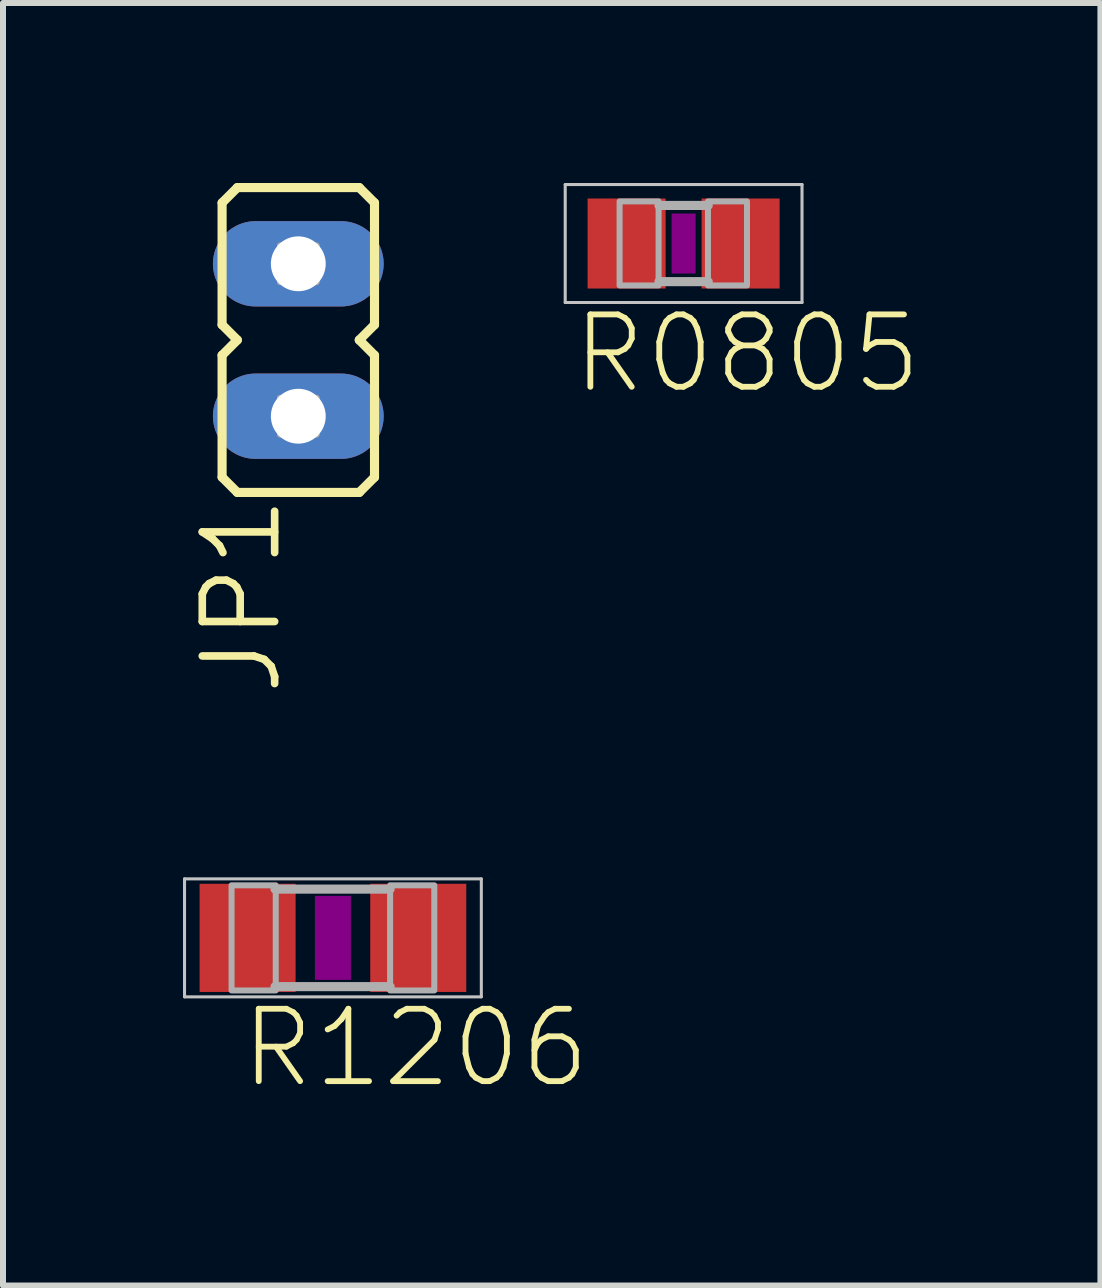
<source format=kicad_pcb>
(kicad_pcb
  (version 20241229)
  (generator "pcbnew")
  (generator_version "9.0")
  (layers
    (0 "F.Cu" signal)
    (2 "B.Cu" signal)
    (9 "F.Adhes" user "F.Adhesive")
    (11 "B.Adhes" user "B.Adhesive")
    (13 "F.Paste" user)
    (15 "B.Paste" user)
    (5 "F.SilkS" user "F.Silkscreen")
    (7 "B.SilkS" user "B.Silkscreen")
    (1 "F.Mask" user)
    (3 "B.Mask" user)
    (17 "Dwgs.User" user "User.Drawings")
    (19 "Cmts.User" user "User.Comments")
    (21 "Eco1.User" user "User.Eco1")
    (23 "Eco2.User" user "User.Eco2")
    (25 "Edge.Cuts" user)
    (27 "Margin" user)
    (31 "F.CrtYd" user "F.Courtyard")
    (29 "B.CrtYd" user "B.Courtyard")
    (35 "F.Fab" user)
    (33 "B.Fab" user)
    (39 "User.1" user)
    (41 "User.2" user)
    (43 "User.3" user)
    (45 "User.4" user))
  (footprint "R1206"
    (layer "F.Cu")
    (at 2.498 12.579)
    (property "Reference" "R1206" (at -1.587 2.54 0) (layer "F.SilkS") (effects (font (size 1.206 1.206) (thickness 0.097)) (justify left bottom)))
    (attr through_hole)
    (fp_poly (pts (xy -0.3 0.7) (xy 0.3 0.7) (xy 0.3 -0.7) (xy -0.3 -0.7)) (stroke (width 0) (type solid)) (fill yes) (layer "F.Adhes"))
    (fp_line (start -2.473 -0.983) (end 2.473 -0.983) (stroke (width 0.051) (type solid)) (layer "Dwgs.User"))
    (fp_line (start -2.473 0.983) (end -2.473 -0.983) (stroke (width 0.051) (type solid)) (layer "Dwgs.User"))
    (fp_line (start 2.473 -0.983) (end 2.473 0.983) (stroke (width 0.051) (type solid)) (layer "Dwgs.User"))
    (fp_line (start 2.473 0.983) (end -2.473 0.983) (stroke (width 0.051) (type solid)) (layer "Dwgs.User"))
    (fp_line (start 0.953 -0.813) (end -0.965 -0.813) (stroke (width 0.152) (type solid)) (layer "F.Fab"))
    (fp_line (start 0.953 0.813) (end -0.965 0.813) (stroke (width 0.152) (type solid)) (layer "F.Fab"))
    (fp_poly (pts (xy -1.689 0.876) (xy -0.953 0.876) (xy -0.953 -0.876) (xy -1.689 -0.876)) (stroke (width 0.1) (type solid)) (fill no) (layer "F.Fab"))
    (fp_poly (pts (xy 0.953 0.876) (xy 1.689 0.876) (xy 1.689 -0.876) (xy 0.953 -0.876)) (stroke (width 0.1) (type solid)) (fill no) (layer "F.Fab"))
    (pad "1" smd rect (at -1.422 0) (size 1.6 1.803) (layers "F.Cu" "F.Mask" "F.Paste"))
    (pad "2" smd rect (at 1.422 0) (size 1.6 1.803) (layers "F.Cu" "F.Mask" "F.Paste")))
  (footprint "R0805"
    (layer "F.Cu")
    (at 8.342 1.008)
    (property "Reference" "R0805" (at -1.905 2.54 180) (layer "F.SilkS") (effects (font (size 1.206 1.206) (thickness 0.097)) (justify left bottom)))
    (attr through_hole)
    (fp_poly (pts (xy -0.2 0.5) (xy 0.2 0.5) (xy 0.2 -0.5) (xy -0.2 -0.5)) (stroke (width 0) (type solid)) (fill yes) (layer "F.Adhes"))
    (fp_line (start -1.973 -0.983) (end 1.973 -0.983) (stroke (width 0.051) (type solid)) (layer "Dwgs.User"))
    (fp_line (start -1.973 0.983) (end -1.973 -0.983) (stroke (width 0.051) (type solid)) (layer "Dwgs.User"))
    (fp_line (start 1.973 -0.983) (end 1.973 0.983) (stroke (width 0.051) (type solid)) (layer "Dwgs.User"))
    (fp_line (start 1.973 0.983) (end -1.973 0.983) (stroke (width 0.051) (type solid)) (layer "Dwgs.User"))
    (fp_line (start -0.41 -0.635) (end 0.41 -0.635) (stroke (width 0.152) (type solid)) (layer "F.Fab"))
    (fp_line (start -0.41 0.635) (end 0.41 0.635) (stroke (width 0.152) (type solid)) (layer "F.Fab"))
    (fp_poly (pts (xy -1.067 0.699) (xy -0.417 0.699) (xy -0.417 -0.702) (xy -1.067 -0.702)) (stroke (width 0.1) (type solid)) (fill no) (layer "F.Fab"))
    (fp_poly (pts (xy 0.406 0.699) (xy 1.056 0.699) (xy 1.056 -0.702) (xy 0.406 -0.702)) (stroke (width 0.1) (type solid)) (fill no) (layer "F.Fab"))
    (pad "1" smd rect (at -0.95 0) (size 1.3 1.5) (layers "F.Cu" "F.Mask" "F.Paste"))
    (pad "2" smd rect (at 0.95 0) (size 1.3 1.5) (layers "F.Cu" "F.Mask" "F.Paste")))
  (footprint "JP1"
    (layer "F.Cu")
    (at 1.921 2.616)
    (property "Reference" "JP1" (at -1.651 2.54 90) (layer "F.SilkS") (effects (font (size 1.206 1.206) (thickness 0.127)) (justify right top)))
    (attr through_hole)
    (fp_line (start -1.27 -2.286) (end -1.27 -0.254) (stroke (width 0.152) (type solid)) (layer "F.SilkS"))
    (fp_line (start -1.27 -2.286) (end -1.016 -2.54) (stroke (width 0.152) (type solid)) (layer "F.SilkS"))
    (fp_line (start -1.27 0.254) (end -1.27 2.286) (stroke (width 0.152) (type solid)) (layer "F.SilkS"))
    (fp_line (start -1.016 0) (end -1.27 -0.254) (stroke (width 0.152) (type solid)) (layer "F.SilkS"))
    (fp_line (start -1.016 0) (end -1.27 0.254) (stroke (width 0.152) (type solid)) (layer "F.SilkS"))
    (fp_line (start -1.016 2.54) (end -1.27 2.286) (stroke (width 0.152) (type solid)) (layer "F.SilkS"))
    (fp_line (start -1.016 2.54) (end 1.016 2.54) (stroke (width 0.152) (type solid)) (layer "F.SilkS"))
    (fp_line (start 1.016 -2.54) (end -1.016 -2.54) (stroke (width 0.152) (type solid)) (layer "F.SilkS"))
    (fp_line (start 1.016 0) (end 1.27 -0.254) (stroke (width 0.152) (type solid)) (layer "F.SilkS"))
    (fp_line (start 1.016 0) (end 1.27 0.254) (stroke (width 0.152) (type solid)) (layer "F.SilkS"))
    (fp_line (start 1.016 2.54) (end 1.27 2.286) (stroke (width 0.152) (type solid)) (layer "F.SilkS"))
    (fp_line (start 1.27 -2.286) (end 1.016 -2.54) (stroke (width 0.152) (type solid)) (layer "F.SilkS"))
    (fp_line (start 1.27 -2.286) (end 1.27 -0.254) (stroke (width 0.152) (type solid)) (layer "F.SilkS"))
    (fp_line (start 1.27 0.254) (end 1.27 2.286) (stroke (width 0.152) (type solid)) (layer "F.SilkS"))
    (fp_poly (pts (xy -0.305 -0.965) (xy 0.305 -0.965) (xy 0.305 -1.575) (xy -0.305 -1.575)) (stroke (width 0.1) (type solid)) (fill no) (layer "F.Fab"))
    (fp_poly (pts (xy -0.305 1.575) (xy 0.305 1.575) (xy 0.305 0.965) (xy -0.305 0.965)) (stroke (width 0.1) (type solid)) (fill no) (layer "F.Fab"))
    (pad "1" thru_hole oval (at 0 1.27) (size 2.845 1.422) (drill 0.914) (layers "*.Cu" "*.Mask"))
    (pad "2" thru_hole oval (at 0 -1.27) (size 2.845 1.422) (drill 0.914) (layers "*.Cu" "*.Mask")))
  (gr_rect
    (start -3 -3)
    (end 15.288 18.373)
    (stroke (width 0.1) (type default))
    (fill no)
    (layer "Edge.Cuts")))
</source>
